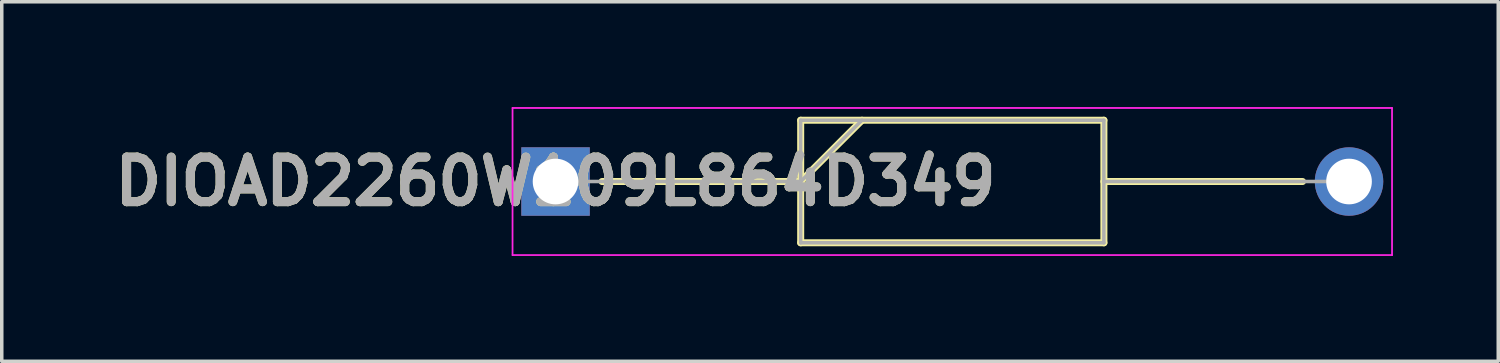
<source format=kicad_pcb>
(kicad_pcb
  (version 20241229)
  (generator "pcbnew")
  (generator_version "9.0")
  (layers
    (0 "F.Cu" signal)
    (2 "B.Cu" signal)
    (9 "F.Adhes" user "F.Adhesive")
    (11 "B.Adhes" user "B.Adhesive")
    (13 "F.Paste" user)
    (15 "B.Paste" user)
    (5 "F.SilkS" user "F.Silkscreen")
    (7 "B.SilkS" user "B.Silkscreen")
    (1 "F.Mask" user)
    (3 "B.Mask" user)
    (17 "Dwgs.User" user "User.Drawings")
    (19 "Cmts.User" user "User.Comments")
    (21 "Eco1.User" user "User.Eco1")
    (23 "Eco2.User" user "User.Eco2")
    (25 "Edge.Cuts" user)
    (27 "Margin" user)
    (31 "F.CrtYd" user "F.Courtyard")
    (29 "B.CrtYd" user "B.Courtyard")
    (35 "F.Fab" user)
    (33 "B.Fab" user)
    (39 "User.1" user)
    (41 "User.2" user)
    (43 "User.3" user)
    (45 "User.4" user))
  (footprint "DIOAD2260W109L864D349"
    (layer "F.Cu")
    (at 12.773 2.12)
    (property "Reference" "DIOAD2260W109L864D349" (at 0 0 0) (layer "F.SilkS") (effects (font (size 1.27 1.27) (thickness 0.254))))
    (attr through_hole)
    (fp_line (start 1.325 0) (end 6.982 0) (stroke (width 0.2) (type solid)) (layer "F.SilkS"))
    (fp_line (start 6.982 -1.745) (end 15.618 -1.745) (stroke (width 0.2) (type solid)) (layer "F.SilkS"))
    (fp_line (start 6.982 0) (end 8.728 -1.745) (stroke (width 0.2) (type solid)) (layer "F.SilkS"))
    (fp_line (start 6.982 1.745) (end 6.982 -1.745) (stroke (width 0.2) (type solid)) (layer "F.SilkS"))
    (fp_line (start 15.618 -1.745) (end 15.618 1.745) (stroke (width 0.2) (type solid)) (layer "F.SilkS"))
    (fp_line (start 15.618 0) (end 21.275 0) (stroke (width 0.2) (type solid)) (layer "F.SilkS"))
    (fp_line (start 15.618 1.745) (end 6.982 1.745) (stroke (width 0.2) (type solid)) (layer "F.SilkS"))
    (fp_line (start -1.225 -2.095) (end 23.825 -2.095) (stroke (width 0.05) (type solid)) (layer "F.CrtYd"))
    (fp_line (start -1.225 2.095) (end -1.225 -2.095) (stroke (width 0.05) (type solid)) (layer "F.CrtYd"))
    (fp_line (start 23.825 -2.095) (end 23.825 2.095) (stroke (width 0.05) (type solid)) (layer "F.CrtYd"))
    (fp_line (start 23.825 2.095) (end -1.225 2.095) (stroke (width 0.05) (type solid)) (layer "F.CrtYd"))
    (fp_line (start 0 0) (end 6.982 0) (stroke (width 0.1) (type solid)) (layer "F.Fab"))
    (fp_line (start 6.982 -1.745) (end 15.617 -1.745) (stroke (width 0.1) (type solid)) (layer "F.Fab"))
    (fp_line (start 6.982 0) (end 8.727 -1.745) (stroke (width 0.1) (type solid)) (layer "F.Fab"))
    (fp_line (start 6.982 1.745) (end 6.982 -1.745) (stroke (width 0.1) (type solid)) (layer "F.Fab"))
    (fp_line (start 15.617 -1.745) (end 15.617 1.745) (stroke (width 0.1) (type solid)) (layer "F.Fab"))
    (fp_line (start 15.617 1.745) (end 6.982 1.745) (stroke (width 0.1) (type solid)) (layer "F.Fab"))
    (fp_line (start 15.618 0) (end 22.6 0) (stroke (width 0.1) (type solid)) (layer "F.Fab"))
    (fp_text user "${REFERENCE}" (at 0 0 0) (layer "F.Fab") (effects (font (size 1.27 1.27) (thickness 0.254))))
    (pad "1" thru_hole rect (at 0 0) (size 1.95 1.95) (drill 1.3) (layers "*.Cu" "*.Mask"))
    (pad "2" thru_hole circle (at 22.6 0) (size 1.95 1.95) (drill 1.3) (layers "*.Cu" "*.Mask")))
  (gr_rect
    (start -3 -3)
    (end 39.623 7.24)
    (stroke (width 0.1) (type default))
    (fill no)
    (layer "Edge.Cuts")))
</source>
